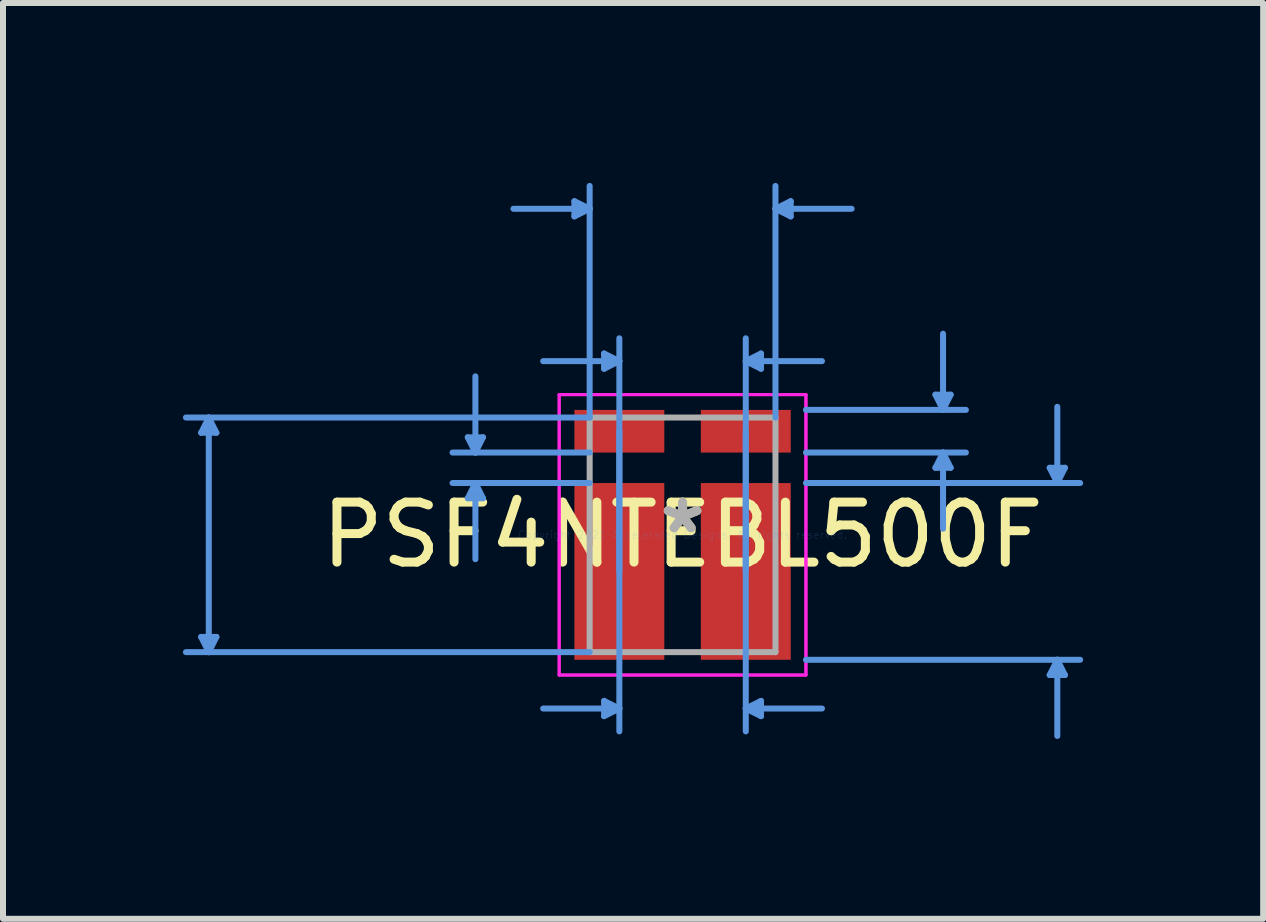
<source format=kicad_pcb>
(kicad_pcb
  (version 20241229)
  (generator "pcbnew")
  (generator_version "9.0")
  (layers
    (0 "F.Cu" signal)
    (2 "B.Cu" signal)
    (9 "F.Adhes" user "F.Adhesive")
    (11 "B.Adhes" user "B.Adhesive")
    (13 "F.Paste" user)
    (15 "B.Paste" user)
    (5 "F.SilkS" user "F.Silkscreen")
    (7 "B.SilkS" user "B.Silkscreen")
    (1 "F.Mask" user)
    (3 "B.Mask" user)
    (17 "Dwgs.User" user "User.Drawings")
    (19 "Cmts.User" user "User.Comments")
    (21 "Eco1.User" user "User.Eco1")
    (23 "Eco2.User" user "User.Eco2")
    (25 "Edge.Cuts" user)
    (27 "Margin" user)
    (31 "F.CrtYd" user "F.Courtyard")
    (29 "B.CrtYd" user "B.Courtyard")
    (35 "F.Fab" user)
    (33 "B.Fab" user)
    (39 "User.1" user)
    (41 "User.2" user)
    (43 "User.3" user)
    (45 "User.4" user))
  (footprint "PSF4NTEBL500F"
    (layer "F.Cu")
    (at 8.33 5.867)
    (property "Reference" "PSF4NTEBL500F" (at 0 0 0) (layer "F.SilkS") (effects (font (size 1 1) (thickness 0.15))))
    (attr through_hole)
    (fp_line (start -8.026 -1.702) (end -7.772 -1.702) (stroke (width 0.1) (type solid)) (layer "Cmts.User"))
    (fp_line (start -8.026 1.702) (end -7.772 1.702) (stroke (width 0.1) (type solid)) (layer "Cmts.User"))
    (fp_line (start -7.899 -1.956) (end -8.026 -1.702) (stroke (width 0.1) (type solid)) (layer "Cmts.User"))
    (fp_line (start -7.899 -1.956) (end -7.899 1.956) (stroke (width 0.1) (type solid)) (layer "Cmts.User"))
    (fp_line (start -7.899 -1.956) (end -7.772 -1.702) (stroke (width 0.1) (type solid)) (layer "Cmts.User"))
    (fp_line (start -7.899 1.956) (end -8.026 1.702) (stroke (width 0.1) (type solid)) (layer "Cmts.User"))
    (fp_line (start -7.899 1.956) (end -7.772 1.702) (stroke (width 0.1) (type solid)) (layer "Cmts.User"))
    (fp_line (start -3.581 -1.626) (end -3.327 -1.626) (stroke (width 0.1) (type solid)) (layer "Cmts.User"))
    (fp_line (start -3.581 -0.61) (end -3.327 -0.61) (stroke (width 0.1) (type solid)) (layer "Cmts.User"))
    (fp_line (start -3.454 -1.372) (end -3.581 -1.626) (stroke (width 0.1) (type solid)) (layer "Cmts.User"))
    (fp_line (start -3.454 -1.372) (end -3.454 -2.642) (stroke (width 0.1) (type solid)) (layer "Cmts.User"))
    (fp_line (start -3.454 -1.372) (end -3.327 -1.626) (stroke (width 0.1) (type solid)) (layer "Cmts.User"))
    (fp_line (start -3.454 -0.864) (end -3.581 -0.61) (stroke (width 0.1) (type solid)) (layer "Cmts.User"))
    (fp_line (start -3.454 -0.864) (end -3.454 0.406) (stroke (width 0.1) (type solid)) (layer "Cmts.User"))
    (fp_line (start -3.454 -0.864) (end -3.327 -0.61) (stroke (width 0.1) (type solid)) (layer "Cmts.User"))
    (fp_line (start -1.803 -5.563) (end -1.803 -5.309) (stroke (width 0.1) (type solid)) (layer "Cmts.User"))
    (fp_line (start -1.549 -5.436) (end -2.819 -5.436) (stroke (width 0.1) (type solid)) (layer "Cmts.User"))
    (fp_line (start -1.549 -5.436) (end -1.803 -5.563) (stroke (width 0.1) (type solid)) (layer "Cmts.User"))
    (fp_line (start -1.549 -5.436) (end -1.803 -5.309) (stroke (width 0.1) (type solid)) (layer "Cmts.User"))
    (fp_line (start -1.549 -1.956) (end -8.28 -1.956) (stroke (width 0.1) (type solid)) (layer "Cmts.User"))
    (fp_line (start -1.549 -1.956) (end -1.549 -5.817) (stroke (width 0.1) (type solid)) (layer "Cmts.User"))
    (fp_line (start -1.549 -1.372) (end -3.835 -1.372) (stroke (width 0.1) (type solid)) (layer "Cmts.User"))
    (fp_line (start -1.549 -0.864) (end -3.835 -0.864) (stroke (width 0.1) (type solid)) (layer "Cmts.User"))
    (fp_line (start -1.549 1.956) (end -8.28 1.956) (stroke (width 0.1) (type solid)) (layer "Cmts.User"))
    (fp_line (start -1.308 -3.023) (end -1.308 -2.769) (stroke (width 0.1) (type solid)) (layer "Cmts.User"))
    (fp_line (start -1.308 2.769) (end -1.308 3.023) (stroke (width 0.1) (type solid)) (layer "Cmts.User"))
    (fp_line (start -1.054 -2.896) (end -2.324 -2.896) (stroke (width 0.1) (type solid)) (layer "Cmts.User"))
    (fp_line (start -1.054 -2.896) (end -1.308 -3.023) (stroke (width 0.1) (type solid)) (layer "Cmts.User"))
    (fp_line (start -1.054 -2.896) (end -1.308 -2.769) (stroke (width 0.1) (type solid)) (layer "Cmts.User"))
    (fp_line (start -1.054 -1.727) (end -1.054 3.277) (stroke (width 0.1) (type solid)) (layer "Cmts.User"))
    (fp_line (start -1.054 0.61) (end -1.054 -3.277) (stroke (width 0.1) (type solid)) (layer "Cmts.User"))
    (fp_line (start -1.054 2.896) (end -2.324 2.896) (stroke (width 0.1) (type solid)) (layer "Cmts.User"))
    (fp_line (start -1.054 2.896) (end -1.308 2.769) (stroke (width 0.1) (type solid)) (layer "Cmts.User"))
    (fp_line (start -1.054 2.896) (end -1.308 3.023) (stroke (width 0.1) (type solid)) (layer "Cmts.User"))
    (fp_line (start 1.054 -2.896) (end 1.308 -3.023) (stroke (width 0.1) (type solid)) (layer "Cmts.User"))
    (fp_line (start 1.054 -2.896) (end 1.308 -2.769) (stroke (width 0.1) (type solid)) (layer "Cmts.User"))
    (fp_line (start 1.054 -2.896) (end 2.324 -2.896) (stroke (width 0.1) (type solid)) (layer "Cmts.User"))
    (fp_line (start 1.054 -1.727) (end 1.054 3.277) (stroke (width 0.1) (type solid)) (layer "Cmts.User"))
    (fp_line (start 1.054 0.61) (end 1.054 -3.277) (stroke (width 0.1) (type solid)) (layer "Cmts.User"))
    (fp_line (start 1.054 2.896) (end 1.308 2.769) (stroke (width 0.1) (type solid)) (layer "Cmts.User"))
    (fp_line (start 1.054 2.896) (end 1.308 3.023) (stroke (width 0.1) (type solid)) (layer "Cmts.User"))
    (fp_line (start 1.054 2.896) (end 2.324 2.896) (stroke (width 0.1) (type solid)) (layer "Cmts.User"))
    (fp_line (start 1.308 -3.023) (end 1.308 -2.769) (stroke (width 0.1) (type solid)) (layer "Cmts.User"))
    (fp_line (start 1.308 2.769) (end 1.308 3.023) (stroke (width 0.1) (type solid)) (layer "Cmts.User"))
    (fp_line (start 1.549 -5.436) (end 1.803 -5.563) (stroke (width 0.1) (type solid)) (layer "Cmts.User"))
    (fp_line (start 1.549 -5.436) (end 1.803 -5.309) (stroke (width 0.1) (type solid)) (layer "Cmts.User"))
    (fp_line (start 1.549 -5.436) (end 2.819 -5.436) (stroke (width 0.1) (type solid)) (layer "Cmts.User"))
    (fp_line (start 1.549 -1.956) (end 1.549 -5.817) (stroke (width 0.1) (type solid)) (layer "Cmts.User"))
    (fp_line (start 1.803 -5.563) (end 1.803 -5.309) (stroke (width 0.1) (type solid)) (layer "Cmts.User"))
    (fp_line (start 2.057 -2.083) (end 4.724 -2.083) (stroke (width 0.1) (type solid)) (layer "Cmts.User"))
    (fp_line (start 2.057 -1.372) (end 4.724 -1.372) (stroke (width 0.1) (type solid)) (layer "Cmts.User"))
    (fp_line (start 2.057 -0.864) (end 6.629 -0.864) (stroke (width 0.1) (type solid)) (layer "Cmts.User"))
    (fp_line (start 2.057 2.083) (end 6.629 2.083) (stroke (width 0.1) (type solid)) (layer "Cmts.User"))
    (fp_line (start 4.216 -2.337) (end 4.47 -2.337) (stroke (width 0.1) (type solid)) (layer "Cmts.User"))
    (fp_line (start 4.216 -1.118) (end 4.47 -1.118) (stroke (width 0.1) (type solid)) (layer "Cmts.User"))
    (fp_line (start 4.343 -2.083) (end 4.216 -2.337) (stroke (width 0.1) (type solid)) (layer "Cmts.User"))
    (fp_line (start 4.343 -2.083) (end 4.343 -3.353) (stroke (width 0.1) (type solid)) (layer "Cmts.User"))
    (fp_line (start 4.343 -2.083) (end 4.47 -2.337) (stroke (width 0.1) (type solid)) (layer "Cmts.User"))
    (fp_line (start 4.343 -1.372) (end 4.216 -1.118) (stroke (width 0.1) (type solid)) (layer "Cmts.User"))
    (fp_line (start 4.343 -1.372) (end 4.343 -0.102) (stroke (width 0.1) (type solid)) (layer "Cmts.User"))
    (fp_line (start 4.343 -1.372) (end 4.47 -1.118) (stroke (width 0.1) (type solid)) (layer "Cmts.User"))
    (fp_line (start 6.121 -1.118) (end 6.375 -1.118) (stroke (width 0.1) (type solid)) (layer "Cmts.User"))
    (fp_line (start 6.121 2.337) (end 6.375 2.337) (stroke (width 0.1) (type solid)) (layer "Cmts.User"))
    (fp_line (start 6.248 -0.864) (end 6.121 -1.118) (stroke (width 0.1) (type solid)) (layer "Cmts.User"))
    (fp_line (start 6.248 -0.864) (end 6.248 -2.134) (stroke (width 0.1) (type solid)) (layer "Cmts.User"))
    (fp_line (start 6.248 -0.864) (end 6.375 -1.118) (stroke (width 0.1) (type solid)) (layer "Cmts.User"))
    (fp_line (start 6.248 2.083) (end 6.121 2.337) (stroke (width 0.1) (type solid)) (layer "Cmts.User"))
    (fp_line (start 6.248 2.083) (end 6.248 3.353) (stroke (width 0.1) (type solid)) (layer "Cmts.User"))
    (fp_line (start 6.248 2.083) (end 6.375 2.337) (stroke (width 0.1) (type solid)) (layer "Cmts.User"))
    (fp_line (start -2.057 -2.337) (end 2.057 -2.337) (stroke (width 0.05) (type solid)) (layer "F.CrtYd"))
    (fp_line (start -2.057 -2.337) (end 2.057 -2.337) (stroke (width 0.05) (type solid)) (layer "F.CrtYd"))
    (fp_line (start -2.057 2.337) (end -2.057 -2.337) (stroke (width 0.05) (type solid)) (layer "F.CrtYd"))
    (fp_line (start -2.057 2.337) (end -2.057 -2.337) (stroke (width 0.05) (type solid)) (layer "F.CrtYd"))
    (fp_line (start 2.057 -2.337) (end 2.057 2.337) (stroke (width 0.05) (type solid)) (layer "F.CrtYd"))
    (fp_line (start 2.057 -2.337) (end 2.057 2.337) (stroke (width 0.05) (type solid)) (layer "F.CrtYd"))
    (fp_line (start 2.057 2.337) (end -2.057 2.337) (stroke (width 0.05) (type solid)) (layer "F.CrtYd"))
    (fp_line (start 2.057 2.337) (end -2.057 2.337) (stroke (width 0.05) (type solid)) (layer "F.CrtYd"))
    (fp_line (start -1.549 -1.956) (end -1.549 1.956) (stroke (width 0.1) (type solid)) (layer "F.Fab"))
    (fp_line (start -1.549 1.956) (end 1.549 1.956) (stroke (width 0.1) (type solid)) (layer "F.Fab"))
    (fp_line (start 1.549 -1.956) (end -1.549 -1.956) (stroke (width 0.1) (type solid)) (layer "F.Fab"))
    (fp_line (start 1.549 1.956) (end 1.549 -1.956) (stroke (width 0.1) (type solid)) (layer "F.Fab"))
    (fp_text user "*" (at 0 0 0) (layer "F.SilkS") (effects (font (size 1 1) (thickness 0.15))))
    (fp_text user "Copyright 2021 Accelerated Designs. All rights reserved." (at 0 0 0) (layer "Cmts.User") (effects (font (size 0.127 0.127) (thickness 0.002))))
    (fp_text user "*" (at 0 0 0) (layer "F.Fab") (effects (font (size 1 1) (thickness 0.15))))
    (pad "1" smd rect (at -1.054 0.61) (size 1.499 2.946) (layers "F.Cu" "F.Mask" "F.Paste"))
    (pad "2" smd rect (at -1.054 -1.727) (size 1.499 0.711) (layers "F.Cu" "F.Mask" "F.Paste"))
    (pad "3" smd rect (at 1.054 -1.727) (size 1.499 0.711) (layers "F.Cu" "F.Mask" "F.Paste"))
    (pad "4" smd rect (at 1.054 0.61) (size 1.499 2.946) (layers "F.Cu" "F.Mask" "F.Paste")))
  (gr_rect
    (start -3 -3)
    (end 18.01 12.269)
    (stroke (width 0.1) (type default))
    (fill no)
    (layer "Edge.Cuts")))
</source>
